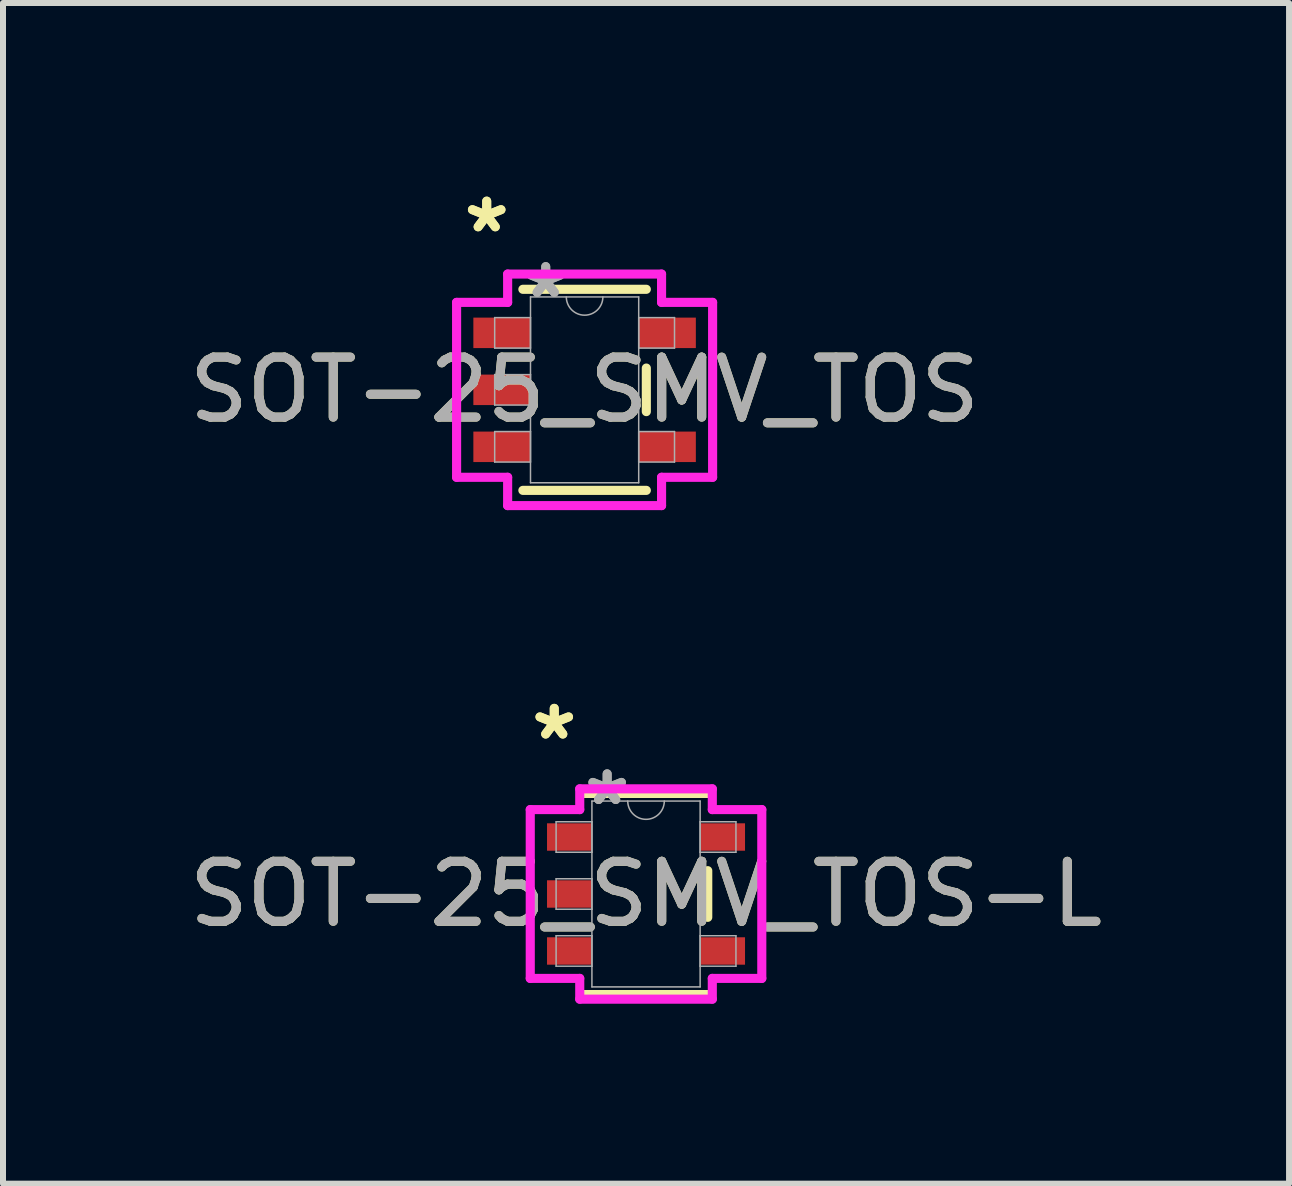
<source format=kicad_pcb>
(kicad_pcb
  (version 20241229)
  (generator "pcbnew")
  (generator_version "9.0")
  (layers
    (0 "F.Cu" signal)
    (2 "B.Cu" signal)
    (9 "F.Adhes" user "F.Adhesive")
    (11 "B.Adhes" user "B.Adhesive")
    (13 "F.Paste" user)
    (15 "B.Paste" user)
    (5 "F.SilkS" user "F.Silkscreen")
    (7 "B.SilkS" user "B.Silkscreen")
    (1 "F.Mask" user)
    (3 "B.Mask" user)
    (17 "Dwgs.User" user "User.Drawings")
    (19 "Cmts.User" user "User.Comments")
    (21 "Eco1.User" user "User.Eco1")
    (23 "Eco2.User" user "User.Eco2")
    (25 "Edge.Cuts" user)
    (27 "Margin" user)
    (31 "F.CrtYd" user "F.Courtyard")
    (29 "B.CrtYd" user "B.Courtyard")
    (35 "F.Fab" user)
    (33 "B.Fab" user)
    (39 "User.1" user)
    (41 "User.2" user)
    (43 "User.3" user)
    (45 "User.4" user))
  (footprint "SOT-25_SMV_TOS-L"
    (layer "F.Cu")
    (at 7.72 11.854)
    (property "Reference" "SOT-25_SMV_TOS-L" (at 0 0 0) (unlocked yes) (layer "F.SilkS") (effects (font (size 1 1) (thickness 0.15))))
    (attr smd)
    (fp_line (start -1.029 1.676) (end 1.029 1.676) (stroke (width 0.152) (type solid)) (layer "F.SilkS"))
    (fp_line (start 1.029 -1.676) (end -1.029 -1.676) (stroke (width 0.152) (type solid)) (layer "F.SilkS"))
    (fp_line (start 1.029 0.389) (end 1.029 -0.389) (stroke (width 0.152) (type solid)) (layer "F.SilkS"))
    (fp_line (start -1.93 -1.407) (end -1.105 -1.407) (stroke (width 0.152) (type solid)) (layer "F.CrtYd"))
    (fp_line (start -1.93 1.407) (end -1.93 -1.407) (stroke (width 0.152) (type solid)) (layer "F.CrtYd"))
    (fp_line (start -1.105 -1.753) (end 1.105 -1.753) (stroke (width 0.152) (type solid)) (layer "F.CrtYd"))
    (fp_line (start -1.105 -1.407) (end -1.105 -1.753) (stroke (width 0.152) (type solid)) (layer "F.CrtYd"))
    (fp_line (start -1.105 1.407) (end -1.93 1.407) (stroke (width 0.152) (type solid)) (layer "F.CrtYd"))
    (fp_line (start -1.105 1.753) (end -1.105 1.407) (stroke (width 0.152) (type solid)) (layer "F.CrtYd"))
    (fp_line (start 1.105 -1.753) (end 1.105 -1.407) (stroke (width 0.152) (type solid)) (layer "F.CrtYd"))
    (fp_line (start 1.105 -1.407) (end 1.93 -1.407) (stroke (width 0.152) (type solid)) (layer "F.CrtYd"))
    (fp_line (start 1.105 1.407) (end 1.105 1.753) (stroke (width 0.152) (type solid)) (layer "F.CrtYd"))
    (fp_line (start 1.105 1.753) (end -1.105 1.753) (stroke (width 0.152) (type solid)) (layer "F.CrtYd"))
    (fp_line (start 1.93 -1.407) (end 1.93 1.407) (stroke (width 0.152) (type solid)) (layer "F.CrtYd"))
    (fp_line (start 1.93 1.407) (end 1.105 1.407) (stroke (width 0.152) (type solid)) (layer "F.CrtYd"))
    (fp_line (start -1.499 -1.204) (end -1.499 -0.696) (stroke (width 0.025) (type solid)) (layer "F.Fab"))
    (fp_line (start -1.499 -0.696) (end -0.902 -0.696) (stroke (width 0.025) (type solid)) (layer "F.Fab"))
    (fp_line (start -1.499 -0.254) (end -1.499 0.254) (stroke (width 0.025) (type solid)) (layer "F.Fab"))
    (fp_line (start -1.499 0.254) (end -0.902 0.254) (stroke (width 0.025) (type solid)) (layer "F.Fab"))
    (fp_line (start -1.499 0.696) (end -1.499 1.204) (stroke (width 0.025) (type solid)) (layer "F.Fab"))
    (fp_line (start -1.499 1.204) (end -0.902 1.204) (stroke (width 0.025) (type solid)) (layer "F.Fab"))
    (fp_line (start -0.902 -1.549) (end -0.902 1.549) (stroke (width 0.025) (type solid)) (layer "F.Fab"))
    (fp_line (start -0.902 -1.204) (end -1.499 -1.204) (stroke (width 0.025) (type solid)) (layer "F.Fab"))
    (fp_line (start -0.902 -0.696) (end -0.902 -1.204) (stroke (width 0.025) (type solid)) (layer "F.Fab"))
    (fp_line (start -0.902 -0.254) (end -1.499 -0.254) (stroke (width 0.025) (type solid)) (layer "F.Fab"))
    (fp_line (start -0.902 0.254) (end -0.902 -0.254) (stroke (width 0.025) (type solid)) (layer "F.Fab"))
    (fp_line (start -0.902 0.696) (end -1.499 0.696) (stroke (width 0.025) (type solid)) (layer "F.Fab"))
    (fp_line (start -0.902 1.204) (end -0.902 0.696) (stroke (width 0.025) (type solid)) (layer "F.Fab"))
    (fp_line (start -0.902 1.549) (end 0.902 1.549) (stroke (width 0.025) (type solid)) (layer "F.Fab"))
    (fp_line (start 0.902 -1.549) (end -0.902 -1.549) (stroke (width 0.025) (type solid)) (layer "F.Fab"))
    (fp_line (start 0.902 -1.204) (end 0.902 -0.696) (stroke (width 0.025) (type solid)) (layer "F.Fab"))
    (fp_line (start 0.902 -0.696) (end 1.499 -0.696) (stroke (width 0.025) (type solid)) (layer "F.Fab"))
    (fp_line (start 0.902 0.696) (end 0.902 1.204) (stroke (width 0.025) (type solid)) (layer "F.Fab"))
    (fp_line (start 0.902 1.204) (end 1.499 1.204) (stroke (width 0.025) (type solid)) (layer "F.Fab"))
    (fp_line (start 0.902 1.549) (end 0.902 -1.549) (stroke (width 0.025) (type solid)) (layer "F.Fab"))
    (fp_line (start 1.499 -1.204) (end 0.902 -1.204) (stroke (width 0.025) (type solid)) (layer "F.Fab"))
    (fp_line (start 1.499 -0.696) (end 1.499 -1.204) (stroke (width 0.025) (type solid)) (layer "F.Fab"))
    (fp_line (start 1.499 0.696) (end 0.902 0.696) (stroke (width 0.025) (type solid)) (layer "F.Fab"))
    (fp_line (start 1.499 1.204) (end 1.499 0.696) (stroke (width 0.025) (type solid)) (layer "F.Fab"))
    (fp_arc (start 0.3048 -1.5494) (mid 0 -1.2446) (end -0.3048 -1.5494) (stroke (width 0.0254) (type solid)) (layer "F.Fab"))
    (fp_text user "*" (at -1.53 -2.55 0) (unlocked yes) (layer "F.SilkS") (effects (font (size 1 1) (thickness 0.15))))
    (fp_text user "*" (at -1.53 -2.55 0) (layer "F.SilkS") (effects (font (size 1 1) (thickness 0.15))))
    (fp_text user "*" (at -0.648 -1.458 0) (layer "F.Fab") (effects (font (size 1 1) (thickness 0.15))))
    (fp_text user "*" (at -0.648 -1.458 0) (unlocked yes) (layer "F.Fab") (effects (font (size 1 1) (thickness 0.15))))
    (fp_text user "${REFERENCE}" (at 0 0 0) (unlocked yes) (layer "F.Fab") (effects (font (size 1 1) (thickness 0.15))))
    (pad "1" smd rect (at -1.276 -0.95) (size 0.749 0.457) (layers "F.Cu" "F.Mask" "F.Paste"))
    (pad "2" smd rect (at -1.276 0) (size 0.749 0.457) (layers "F.Cu" "F.Mask" "F.Paste"))
    (pad "3" smd rect (at -1.276 0.95) (size 0.749 0.457) (layers "F.Cu" "F.Mask" "F.Paste"))
    (pad "4" smd rect (at 1.276 0.95) (size 0.749 0.457) (layers "F.Cu" "F.Mask" "F.Paste"))
    (pad "5" smd rect (at 1.276 -0.95) (size 0.749 0.457) (layers "F.Cu" "F.Mask" "F.Paste")))
  (footprint "SOT-25_SMV_TOS"
    (layer "F.Cu")
    (at 6.696 3.449)
    (property "Reference" "SOT-25_SMV_TOS" (at 0 0 0) (unlocked yes) (layer "F.SilkS") (effects (font (size 1 1) (thickness 0.15))))
    (attr smd)
    (fp_line (start -1.029 1.676) (end 1.029 1.676) (stroke (width 0.152) (type solid)) (layer "F.SilkS"))
    (fp_line (start 1.029 -1.676) (end -1.029 -1.676) (stroke (width 0.152) (type solid)) (layer "F.SilkS"))
    (fp_line (start 1.029 0.363) (end 1.029 -0.363) (stroke (width 0.152) (type solid)) (layer "F.SilkS"))
    (fp_line (start -2.134 -1.458) (end -1.283 -1.458) (stroke (width 0.152) (type solid)) (layer "F.CrtYd"))
    (fp_line (start -2.134 1.458) (end -2.134 -1.458) (stroke (width 0.152) (type solid)) (layer "F.CrtYd"))
    (fp_line (start -1.283 -1.93) (end 1.283 -1.93) (stroke (width 0.152) (type solid)) (layer "F.CrtYd"))
    (fp_line (start -1.283 -1.458) (end -1.283 -1.93) (stroke (width 0.152) (type solid)) (layer "F.CrtYd"))
    (fp_line (start -1.283 1.458) (end -2.134 1.458) (stroke (width 0.152) (type solid)) (layer "F.CrtYd"))
    (fp_line (start -1.283 1.93) (end -1.283 1.458) (stroke (width 0.152) (type solid)) (layer "F.CrtYd"))
    (fp_line (start 1.283 -1.93) (end 1.283 -1.458) (stroke (width 0.152) (type solid)) (layer "F.CrtYd"))
    (fp_line (start 1.283 -1.458) (end 2.134 -1.458) (stroke (width 0.152) (type solid)) (layer "F.CrtYd"))
    (fp_line (start 1.283 1.458) (end 1.283 1.93) (stroke (width 0.152) (type solid)) (layer "F.CrtYd"))
    (fp_line (start 1.283 1.93) (end -1.283 1.93) (stroke (width 0.152) (type solid)) (layer "F.CrtYd"))
    (fp_line (start 2.134 -1.458) (end 2.134 1.458) (stroke (width 0.152) (type solid)) (layer "F.CrtYd"))
    (fp_line (start 2.134 1.458) (end 1.283 1.458) (stroke (width 0.152) (type solid)) (layer "F.CrtYd"))
    (fp_line (start -1.499 -1.204) (end -1.499 -0.696) (stroke (width 0.025) (type solid)) (layer "F.Fab"))
    (fp_line (start -1.499 -0.696) (end -0.902 -0.696) (stroke (width 0.025) (type solid)) (layer "F.Fab"))
    (fp_line (start -1.499 -0.254) (end -1.499 0.254) (stroke (width 0.025) (type solid)) (layer "F.Fab"))
    (fp_line (start -1.499 0.254) (end -0.902 0.254) (stroke (width 0.025) (type solid)) (layer "F.Fab"))
    (fp_line (start -1.499 0.696) (end -1.499 1.204) (stroke (width 0.025) (type solid)) (layer "F.Fab"))
    (fp_line (start -1.499 1.204) (end -0.902 1.204) (stroke (width 0.025) (type solid)) (layer "F.Fab"))
    (fp_line (start -0.902 -1.549) (end -0.902 1.549) (stroke (width 0.025) (type solid)) (layer "F.Fab"))
    (fp_line (start -0.902 -1.204) (end -1.499 -1.204) (stroke (width 0.025) (type solid)) (layer "F.Fab"))
    (fp_line (start -0.902 -0.696) (end -0.902 -1.204) (stroke (width 0.025) (type solid)) (layer "F.Fab"))
    (fp_line (start -0.902 -0.254) (end -1.499 -0.254) (stroke (width 0.025) (type solid)) (layer "F.Fab"))
    (fp_line (start -0.902 0.254) (end -0.902 -0.254) (stroke (width 0.025) (type solid)) (layer "F.Fab"))
    (fp_line (start -0.902 0.696) (end -1.499 0.696) (stroke (width 0.025) (type solid)) (layer "F.Fab"))
    (fp_line (start -0.902 1.204) (end -0.902 0.696) (stroke (width 0.025) (type solid)) (layer "F.Fab"))
    (fp_line (start -0.902 1.549) (end 0.902 1.549) (stroke (width 0.025) (type solid)) (layer "F.Fab"))
    (fp_line (start 0.902 -1.549) (end -0.902 -1.549) (stroke (width 0.025) (type solid)) (layer "F.Fab"))
    (fp_line (start 0.902 -1.204) (end 0.902 -0.696) (stroke (width 0.025) (type solid)) (layer "F.Fab"))
    (fp_line (start 0.902 -0.696) (end 1.499 -0.696) (stroke (width 0.025) (type solid)) (layer "F.Fab"))
    (fp_line (start 0.902 0.696) (end 0.902 1.204) (stroke (width 0.025) (type solid)) (layer "F.Fab"))
    (fp_line (start 0.902 1.204) (end 1.499 1.204) (stroke (width 0.025) (type solid)) (layer "F.Fab"))
    (fp_line (start 0.902 1.549) (end 0.902 -1.549) (stroke (width 0.025) (type solid)) (layer "F.Fab"))
    (fp_line (start 1.499 -1.204) (end 0.902 -1.204) (stroke (width 0.025) (type solid)) (layer "F.Fab"))
    (fp_line (start 1.499 -0.696) (end 1.499 -1.204) (stroke (width 0.025) (type solid)) (layer "F.Fab"))
    (fp_line (start 1.499 0.696) (end 0.902 0.696) (stroke (width 0.025) (type solid)) (layer "F.Fab"))
    (fp_line (start 1.499 1.204) (end 1.499 0.696) (stroke (width 0.025) (type solid)) (layer "F.Fab"))
    (fp_arc (start 0.3048 -1.5494) (mid 0 -1.2446) (end -0.3048 -1.5494) (stroke (width 0.0254) (type solid)) (layer "F.Fab"))
    (fp_text user "*" (at -1.632 -2.601 0) (layer "F.SilkS") (effects (font (size 1 1) (thickness 0.15))))
    (fp_text user "*" (at -1.632 -2.601 0) (unlocked yes) (layer "F.SilkS") (effects (font (size 1 1) (thickness 0.15))))
    (fp_text user "${REFERENCE}" (at 0 0 0) (unlocked yes) (layer "F.Fab") (effects (font (size 1 1) (thickness 0.15))))
    (fp_text user "*" (at -0.648 -1.509 0) (layer "F.Fab") (effects (font (size 1 1) (thickness 0.15))))
    (fp_text user "*" (at -0.648 -1.509 0) (unlocked yes) (layer "F.Fab") (effects (font (size 1 1) (thickness 0.15))))
    (pad "1" smd rect (at -1.378 -0.95) (size 0.953 0.508) (layers "F.Cu" "F.Mask" "F.Paste"))
    (pad "2" smd rect (at -1.378 0) (size 0.953 0.508) (layers "F.Cu" "F.Mask" "F.Paste"))
    (pad "3" smd rect (at -1.378 0.95) (size 0.953 0.508) (layers "F.Cu" "F.Mask" "F.Paste"))
    (pad "4" smd rect (at 1.378 0.95) (size 0.953 0.508) (layers "F.Cu" "F.Mask" "F.Paste"))
    (pad "5" smd rect (at 1.378 -0.95) (size 0.953 0.508) (layers "F.Cu" "F.Mask" "F.Paste")))
  (gr_rect
    (start -3 -3)
    (end 18.44 16.683)
    (stroke (width 0.1) (type default))
    (fill no)
    (layer "Edge.Cuts")))
</source>
